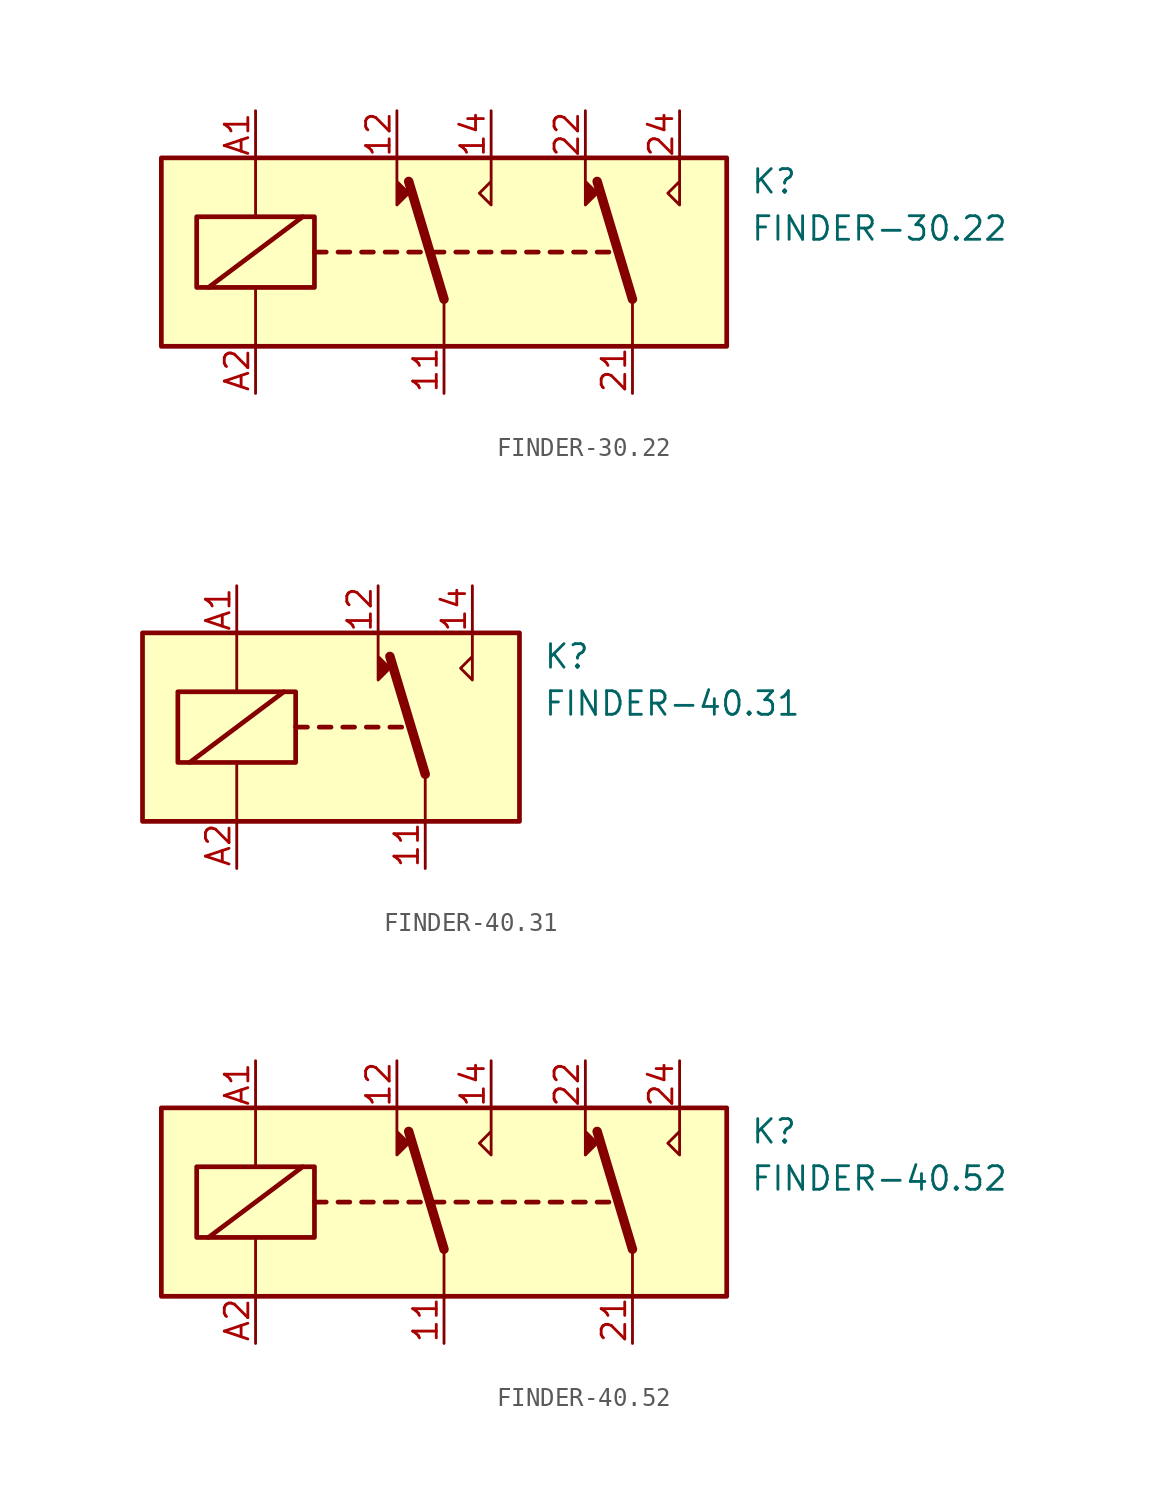
<source format=kicad_sym>
(kicad_symbol_lib
  (version 20211014)
  (generator kicad_symbol_editor)
  (symbol "FINDER-30.22"
    (property "Reference" "K"
      (at 16.51 3.81 0)
      (effects (font (size 1.27 1.27)) (justify left)))
    (property "Value" "FINDER-30.22"
      (at 16.51 1.27 0)
      (effects (font (size 1.27 1.27)) (justify left)))
    (symbol "FINDER-30.22_0_0"
      (polyline (pts (xy -2.54 5.08) (xy -2.54 2.54) (xy -1.905 3.175) (xy -2.54 3.81)) (stroke (width 0) (type default) (color 0 0 0 0)) (fill (type outline)))
      (polyline (pts (xy 2.54 5.08) (xy 2.54 2.54) (xy 1.905 3.175) (xy 2.54 3.81)) (stroke (width 0) (type default) (color 0 0 0 0)) (fill (type none)))
      (polyline (pts (xy 7.62 5.08) (xy 7.62 2.54) (xy 8.255 3.175) (xy 7.62 3.81)) (stroke (width 0) (type default) (color 0 0 0 0)) (fill (type outline)))
      (polyline (pts (xy 12.7 5.08) (xy 12.7 2.54) (xy 12.065 3.175) (xy 12.7 3.81)) (stroke (width 0) (type default) (color 0 0 0 0)) (fill (type none))))
    (symbol "FINDER-30.22_0_1"
      (rectangle (start -15.24 5.08) (end 15.24 -5.08) (stroke (width 0.254) (type default) (color 0 0 0 0)) (fill (type background)))
      (rectangle (start -13.335 1.905) (end -6.985 -1.905) (stroke (width 0.254) (type default) (color 0 0 0 0)) (fill (type none)))
      (polyline (pts (xy -12.7 -1.905) (xy -7.62 1.905)) (stroke (width 0.254) (type default) (color 0 0 0 0)) (fill (type none)))
      (polyline (pts (xy -10.16 -5.08) (xy -10.16 -1.905)) (stroke (width 0) (type default) (color 0 0 0 0)) (fill (type none)))
      (polyline (pts (xy -10.16 5.08) (xy -10.16 1.905)) (stroke (width 0) (type default) (color 0 0 0 0)) (fill (type none)))
      (polyline (pts (xy -6.985 0) (xy -6.35 0)) (stroke (width 0.254) (type default) (color 0 0 0 0)) (fill (type none)))
      (polyline (pts (xy -5.715 0) (xy -5.08 0)) (stroke (width 0.254) (type default) (color 0 0 0 0)) (fill (type none)))
      (polyline (pts (xy -4.445 0) (xy -3.81 0)) (stroke (width 0.254) (type default) (color 0 0 0 0)) (fill (type none)))
      (polyline (pts (xy -3.175 0) (xy -2.54 0)) (stroke (width 0.254) (type default) (color 0 0 0 0)) (fill (type none)))
      (polyline (pts (xy -1.905 0) (xy -1.27 0)) (stroke (width 0.254) (type default) (color 0 0 0 0)) (fill (type none)))
      (polyline (pts (xy -0.635 0) (xy 0 0)) (stroke (width 0.254) (type default) (color 0 0 0 0)) (fill (type none)))
      (polyline (pts (xy 0 -2.54) (xy -1.905 3.81)) (stroke (width 0.508) (type default) (color 0 0 0 0)) (fill (type none)))
      (polyline (pts (xy 0 -2.54) (xy 0 -5.08)) (stroke (width 0) (type default) (color 0 0 0 0)) (fill (type none)))
      (polyline (pts (xy 0.635 0) (xy 1.27 0)) (stroke (width 0.254) (type default) (color 0 0 0 0)) (fill (type none)))
      (polyline (pts (xy 1.905 0) (xy 2.54 0)) (stroke (width 0.254) (type default) (color 0 0 0 0)) (fill (type none)))
      (polyline (pts (xy 3.175 0) (xy 3.81 0)) (stroke (width 0.254) (type default) (color 0 0 0 0)) (fill (type none)))
      (polyline (pts (xy 4.445 0) (xy 5.08 0)) (stroke (width 0.254) (type default) (color 0 0 0 0)) (fill (type none)))
      (polyline (pts (xy 5.715 0) (xy 6.35 0)) (stroke (width 0.254) (type default) (color 0 0 0 0)) (fill (type none)))
      (polyline (pts (xy 6.985 0) (xy 7.62 0)) (stroke (width 0.254) (type default) (color 0 0 0 0)) (fill (type none)))
      (polyline (pts (xy 8.255 0) (xy 8.89 0)) (stroke (width 0.254) (type default) (color 0 0 0 0)) (fill (type none)))
      (polyline (pts (xy 10.16 -2.54) (xy 8.255 3.81)) (stroke (width 0.508) (type default) (color 0 0 0 0)) (fill (type none)))
      (polyline (pts (xy 10.16 -2.54) (xy 10.16 -5.08)) (stroke (width 0) (type default) (color 0 0 0 0)) (fill (type none))))
    (symbol "FINDER-30.22_1_1"
      (pin passive line (at 0 -7.62 90) (length 2.54) (name "~" (effects (font (size 1.27 1.27)))) (number "11" (effects (font (size 1.27 1.27)))))
      (pin passive line (at -2.54 7.62 270) (length 2.54) (name "~" (effects (font (size 1.27 1.27)))) (number "12" (effects (font (size 1.27 1.27)))))
      (pin passive line (at 2.54 7.62 270) (length 2.54) (name "~" (effects (font (size 1.27 1.27)))) (number "14" (effects (font (size 1.27 1.27)))))
      (pin passive line (at 10.16 -7.62 90) (length 2.54) (name "~" (effects (font (size 1.27 1.27)))) (number "21" (effects (font (size 1.27 1.27)))))
      (pin passive line (at 7.62 7.62 270) (length 2.54) (name "~" (effects (font (size 1.27 1.27)))) (number "22" (effects (font (size 1.27 1.27)))))
      (pin passive line (at 12.7 7.62 270) (length 2.54) (name "~" (effects (font (size 1.27 1.27)))) (number "24" (effects (font (size 1.27 1.27)))))
      (pin passive line (at -10.16 7.62 270) (length 2.54) (name "~" (effects (font (size 1.27 1.27)))) (number "A1" (effects (font (size 1.27 1.27)))))
      (pin passive line (at -10.16 -7.62 90) (length 2.54) (name "~" (effects (font (size 1.27 1.27)))) (number "A2" (effects (font (size 1.27 1.27)))))))
  (symbol "FINDER-40.31"
    (property "Reference" "K"
      (at 11.43 3.81 0)
      (effects (font (size 1.27 1.27)) (justify left)))
    (property "Value" "FINDER-40.31"
      (at 11.43 1.27 0)
      (effects (font (size 1.27 1.27)) (justify left)))
    (symbol "FINDER-40.31_0_0"
      (polyline (pts (xy 7.62 5.08) (xy 7.62 2.54) (xy 6.985 3.175) (xy 7.62 3.81)) (stroke (width 0) (type default) (color 0 0 0 0)) (fill (type none))))
    (symbol "FINDER-40.31_0_1"
      (rectangle (start -10.16 5.08) (end 10.16 -5.08) (stroke (width 0.254) (type default) (color 0 0 0 0)) (fill (type background)))
      (rectangle (start -8.255 1.905) (end -1.905 -1.905) (stroke (width 0.254) (type default) (color 0 0 0 0)) (fill (type none)))
      (polyline (pts (xy -7.62 -1.905) (xy -2.54 1.905)) (stroke (width 0.254) (type default) (color 0 0 0 0)) (fill (type none)))
      (polyline (pts (xy -5.08 -5.08) (xy -5.08 -1.905)) (stroke (width 0) (type default) (color 0 0 0 0)) (fill (type none)))
      (polyline (pts (xy -5.08 5.08) (xy -5.08 1.905)) (stroke (width 0) (type default) (color 0 0 0 0)) (fill (type none)))
      (polyline (pts (xy -1.905 0) (xy -1.27 0)) (stroke (width 0.254) (type default) (color 0 0 0 0)) (fill (type none)))
      (polyline (pts (xy -0.635 0) (xy 0 0)) (stroke (width 0.254) (type default) (color 0 0 0 0)) (fill (type none)))
      (polyline (pts (xy 0.635 0) (xy 1.27 0)) (stroke (width 0.254) (type default) (color 0 0 0 0)) (fill (type none)))
      (polyline (pts (xy 1.905 0) (xy 2.54 0)) (stroke (width 0.254) (type default) (color 0 0 0 0)) (fill (type none)))
      (polyline (pts (xy 3.175 0) (xy 3.81 0)) (stroke (width 0.254) (type default) (color 0 0 0 0)) (fill (type none)))
      (polyline (pts (xy 5.08 -2.54) (xy 3.175 3.81)) (stroke (width 0.508) (type default) (color 0 0 0 0)) (fill (type none)))
      (polyline (pts (xy 5.08 -2.54) (xy 5.08 -5.08)) (stroke (width 0) (type default) (color 0 0 0 0)) (fill (type none)))
      (polyline (pts (xy 2.54 5.08) (xy 2.54 2.54) (xy 3.175 3.175) (xy 2.54 3.81)) (stroke (width 0) (type default) (color 0 0 0 0)) (fill (type outline))))
    (symbol "FINDER-40.31_1_1"
      (pin passive line (at 5.08 -7.62 90) (length 2.54) (name "~" (effects (font (size 1.27 1.27)))) (number "11" (effects (font (size 1.27 1.27)))))
      (pin passive line (at 2.54 7.62 270) (length 2.54) (name "~" (effects (font (size 1.27 1.27)))) (number "12" (effects (font (size 1.27 1.27)))))
      (pin passive line (at 7.62 7.62 270) (length 2.54) (name "~" (effects (font (size 1.27 1.27)))) (number "14" (effects (font (size 1.27 1.27)))))
      (pin passive line (at -5.08 7.62 270) (length 2.54) (name "~" (effects (font (size 1.27 1.27)))) (number "A1" (effects (font (size 1.27 1.27)))))
      (pin passive line (at -5.08 -7.62 90) (length 2.54) (name "~" (effects (font (size 1.27 1.27)))) (number "A2" (effects (font (size 1.27 1.27)))))))
  (symbol "FINDER-40.52"
    (property "Reference" "K"
      (at 16.51 3.81 0)
      (effects (font (size 1.27 1.27)) (justify left)))
    (property "Value" "FINDER-40.52"
      (at 16.51 1.27 0)
      (effects (font (size 1.27 1.27)) (justify left)))
    (symbol "FINDER-40.52_0_1"
      (rectangle (start -15.24 5.08) (end 15.24 -5.08) (stroke (width 0.254) (type default) (color 0 0 0 0)) (fill (type background)))
      (rectangle (start -13.335 1.905) (end -6.985 -1.905) (stroke (width 0.254) (type default) (color 0 0 0 0)) (fill (type none)))
      (polyline (pts (xy -12.7 -1.905) (xy -7.62 1.905)) (stroke (width 0.254) (type default) (color 0 0 0 0)) (fill (type none)))
      (polyline (pts (xy -10.16 -5.08) (xy -10.16 -1.905)) (stroke (width 0) (type default) (color 0 0 0 0)) (fill (type none)))
      (polyline (pts (xy -10.16 5.08) (xy -10.16 1.905)) (stroke (width 0) (type default) (color 0 0 0 0)) (fill (type none)))
      (polyline (pts (xy -6.985 0) (xy -6.35 0)) (stroke (width 0.254) (type default) (color 0 0 0 0)) (fill (type none)))
      (polyline (pts (xy -5.715 0) (xy -5.08 0)) (stroke (width 0.254) (type default) (color 0 0 0 0)) (fill (type none)))
      (polyline (pts (xy -4.445 0) (xy -3.81 0)) (stroke (width 0.254) (type default) (color 0 0 0 0)) (fill (type none)))
      (polyline (pts (xy -3.175 0) (xy -2.54 0)) (stroke (width 0.254) (type default) (color 0 0 0 0)) (fill (type none)))
      (polyline (pts (xy -1.905 0) (xy -1.27 0)) (stroke (width 0.254) (type default) (color 0 0 0 0)) (fill (type none)))
      (polyline (pts (xy -0.635 0) (xy 0 0)) (stroke (width 0.254) (type default) (color 0 0 0 0)) (fill (type none)))
      (polyline (pts (xy 0 -2.54) (xy -1.905 3.81)) (stroke (width 0.508) (type default) (color 0 0 0 0)) (fill (type none)))
      (polyline (pts (xy 0 -2.54) (xy 0 -5.08)) (stroke (width 0) (type default) (color 0 0 0 0)) (fill (type none)))
      (polyline (pts (xy 0.635 0) (xy 1.27 0)) (stroke (width 0.254) (type default) (color 0 0 0 0)) (fill (type none)))
      (polyline (pts (xy 1.905 0) (xy 2.54 0)) (stroke (width 0.254) (type default) (color 0 0 0 0)) (fill (type none)))
      (polyline (pts (xy 3.175 0) (xy 3.81 0)) (stroke (width 0.254) (type default) (color 0 0 0 0)) (fill (type none)))
      (polyline (pts (xy 4.445 0) (xy 5.08 0)) (stroke (width 0.254) (type default) (color 0 0 0 0)) (fill (type none)))
      (polyline (pts (xy 5.715 0) (xy 6.35 0)) (stroke (width 0.254) (type default) (color 0 0 0 0)) (fill (type none)))
      (polyline (pts (xy 6.985 0) (xy 7.62 0)) (stroke (width 0.254) (type default) (color 0 0 0 0)) (fill (type none)))
      (polyline (pts (xy 8.255 0) (xy 8.89 0)) (stroke (width 0.254) (type default) (color 0 0 0 0)) (fill (type none)))
      (polyline (pts (xy 10.16 -2.54) (xy 8.255 3.81)) (stroke (width 0.508) (type default) (color 0 0 0 0)) (fill (type none)))
      (polyline (pts (xy 10.16 -2.54) (xy 10.16 -5.08)) (stroke (width 0) (type default) (color 0 0 0 0)) (fill (type none)))
      (polyline (pts (xy -2.54 5.08) (xy -2.54 2.54) (xy -1.905 3.175) (xy -2.54 3.81)) (stroke (width 0) (type default) (color 0 0 0 0)) (fill (type outline)))
      (polyline (pts (xy 2.54 5.08) (xy 2.54 2.54) (xy 1.905 3.175) (xy 2.54 3.81)) (stroke (width 0) (type default) (color 0 0 0 0)) (fill (type none)))
      (polyline (pts (xy 7.62 5.08) (xy 7.62 2.54) (xy 8.255 3.175) (xy 7.62 3.81)) (stroke (width 0) (type default) (color 0 0 0 0)) (fill (type outline)))
      (polyline (pts (xy 12.7 5.08) (xy 12.7 2.54) (xy 12.065 3.175) (xy 12.7 3.81)) (stroke (width 0) (type default) (color 0 0 0 0)) (fill (type none))))
    (symbol "FINDER-40.52_1_1"
      (pin passive line (at 0 -7.62 90) (length 2.54) (name "~" (effects (font (size 1.27 1.27)))) (number "11" (effects (font (size 1.27 1.27)))))
      (pin passive line (at -2.54 7.62 270) (length 2.54) (name "~" (effects (font (size 1.27 1.27)))) (number "12" (effects (font (size 1.27 1.27)))))
      (pin passive line (at 2.54 7.62 270) (length 2.54) (name "~" (effects (font (size 1.27 1.27)))) (number "14" (effects (font (size 1.27 1.27)))))
      (pin passive line (at 10.16 -7.62 90) (length 2.54) (name "~" (effects (font (size 1.27 1.27)))) (number "21" (effects (font (size 1.27 1.27)))))
      (pin passive line (at 7.62 7.62 270) (length 2.54) (name "~" (effects (font (size 1.27 1.27)))) (number "22" (effects (font (size 1.27 1.27)))))
      (pin passive line (at 12.7 7.62 270) (length 2.54) (name "~" (effects (font (size 1.27 1.27)))) (number "24" (effects (font (size 1.27 1.27)))))
      (pin passive line (at -10.16 7.62 270) (length 2.54) (name "~" (effects (font (size 1.27 1.27)))) (number "A1" (effects (font (size 1.27 1.27)))))
      (pin passive line (at -10.16 -7.62 90) (length 2.54) (name "~" (effects (font (size 1.27 1.27)))) (number "A2" (effects (font (size 1.27 1.27))))))))
</source>
